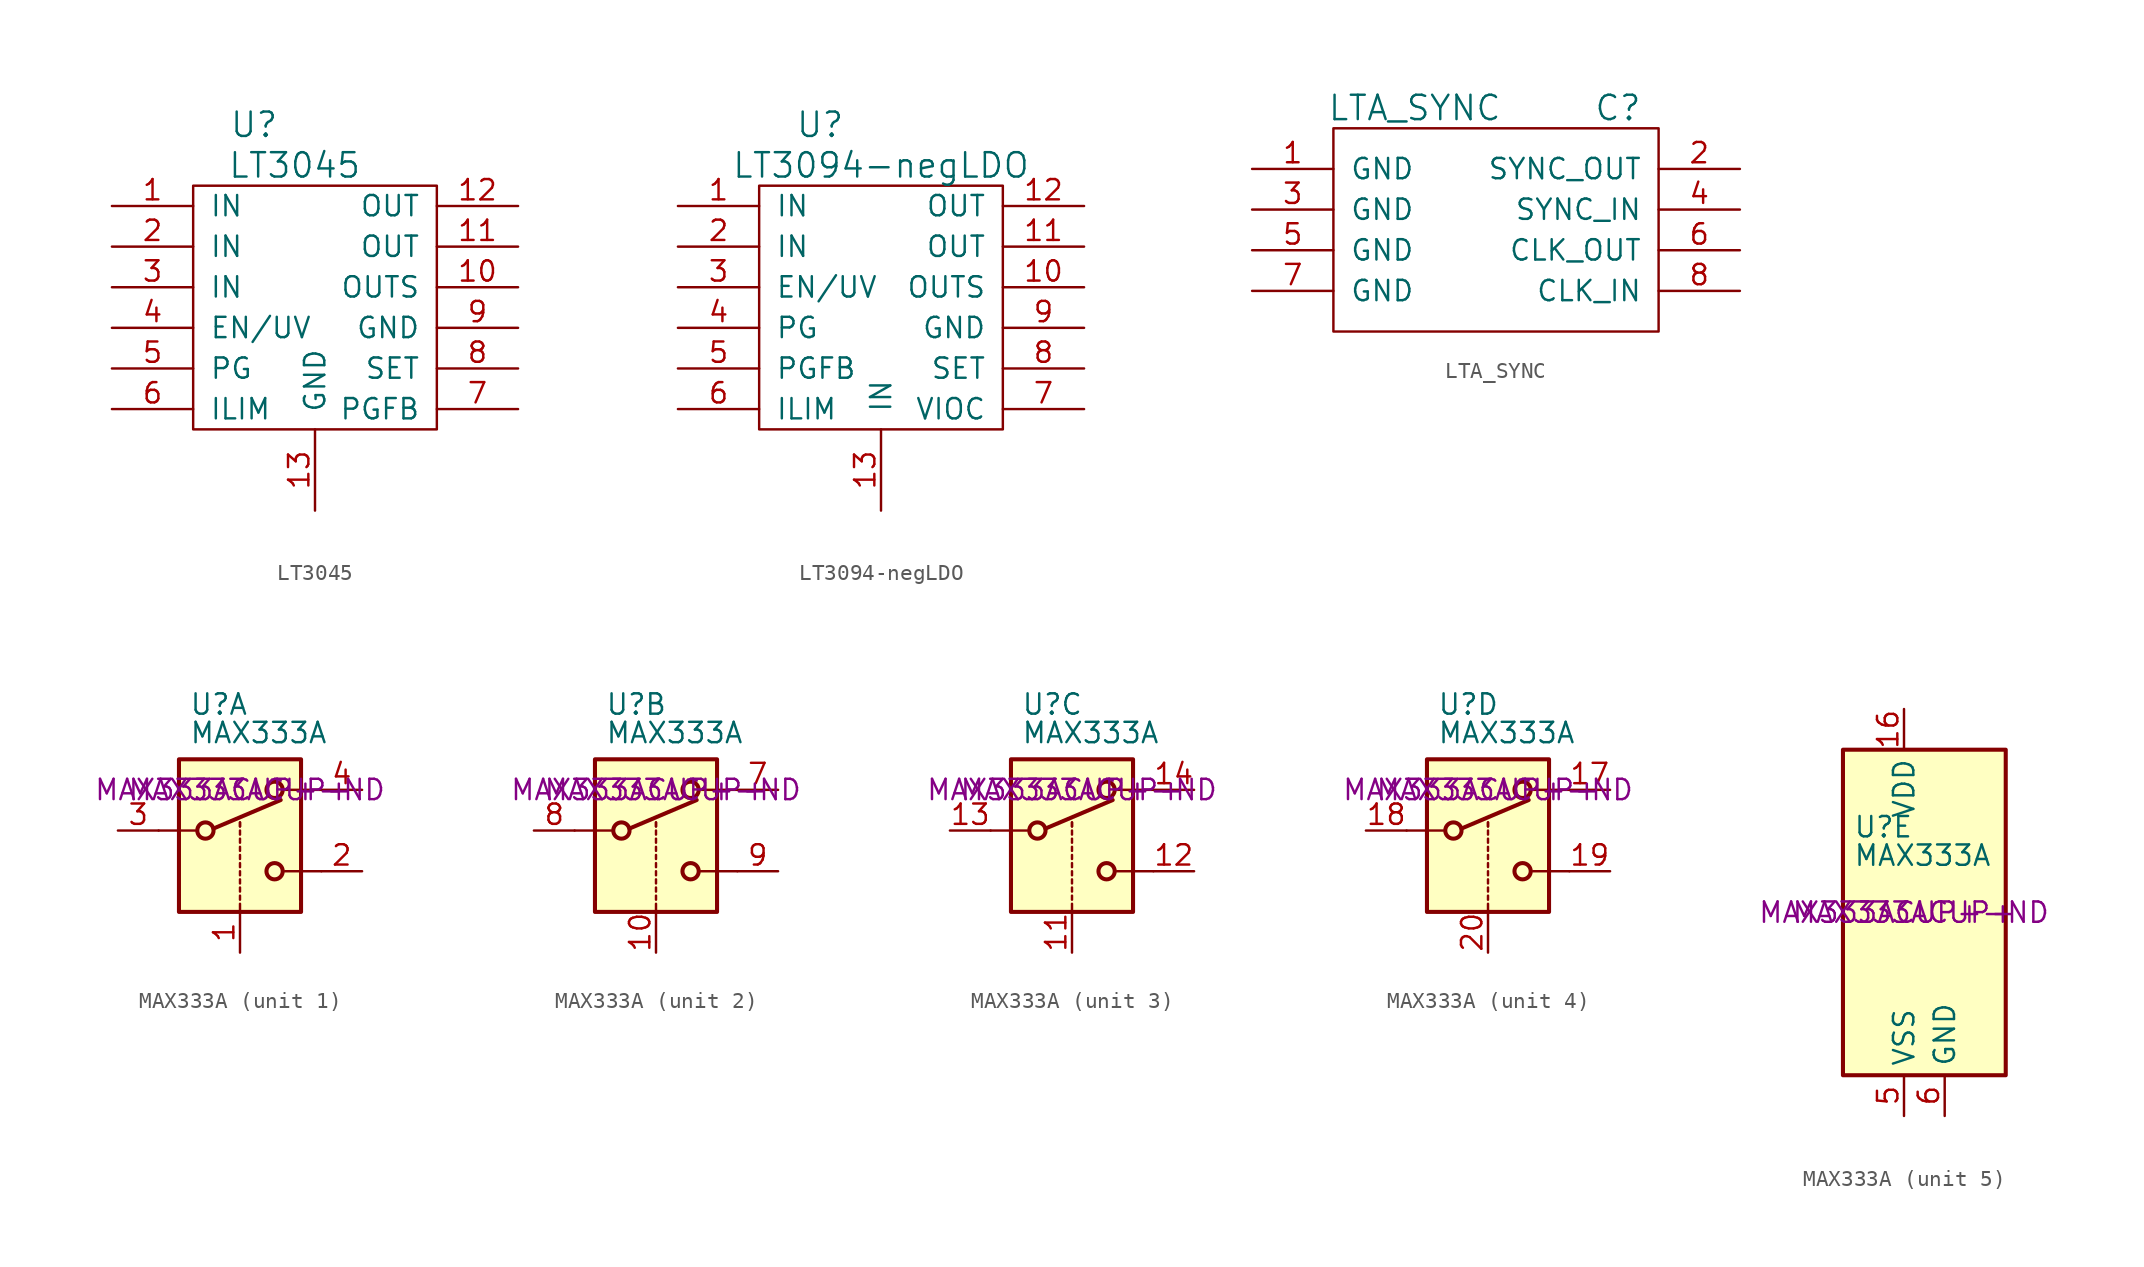
<source format=kicad_sym>
(kicad_symbol_lib
  (version 20211014)
  (generator kicad_symbol_editor)
  (symbol "LT3045"
    (pin_names
      (offset 1.016))
    (property "Reference" "U"
      (at 8.89 5.08 0)
      (effects (font (size 1.524 1.524))))
    (property "Value" "LT3045"
      (at 11.43 2.54 0)
      (effects (font (size 1.524 1.524))))
    (symbol "LT3045_0_1"
      (rectangle (start 5.08 1.27) (end 20.32 -13.97) (stroke (width 0) (type default) (color 0 0 0 0)) (fill (type none))))
    (symbol "LT3045_1_1"
      (pin input line (at 0 0 0) (length 5.08) (name "IN" (effects (font (size 1.27 1.27)))) (number "1" (effects (font (size 1.27 1.27)))))
      (pin bidirectional line (at 25.4 -5.08 180) (length 5.08) (name "OUTS" (effects (font (size 1.27 1.27)))) (number "10" (effects (font (size 1.27 1.27)))))
      (pin output line (at 25.4 -2.54 180) (length 5.08) (name "OUT" (effects (font (size 1.27 1.27)))) (number "11" (effects (font (size 1.27 1.27)))))
      (pin output line (at 25.4 0 180) (length 5.08) (name "OUT" (effects (font (size 1.27 1.27)))) (number "12" (effects (font (size 1.27 1.27)))))
      (pin bidirectional line (at 12.7 -19.05 90) (length 5.08) (name "GND" (effects (font (size 1.27 1.27)))) (number "13" (effects (font (size 1.27 1.27)))))
      (pin input line (at 0 -2.54 0) (length 5.08) (name "IN" (effects (font (size 1.27 1.27)))) (number "2" (effects (font (size 1.27 1.27)))))
      (pin input line (at 0 -5.08 0) (length 5.08) (name "IN" (effects (font (size 1.27 1.27)))) (number "3" (effects (font (size 1.27 1.27)))))
      (pin bidirectional line (at 0 -7.62 0) (length 5.08) (name "EN/UV" (effects (font (size 1.27 1.27)))) (number "4" (effects (font (size 1.27 1.27)))))
      (pin bidirectional line (at 0 -10.16 0) (length 5.08) (name "PG" (effects (font (size 1.27 1.27)))) (number "5" (effects (font (size 1.27 1.27)))))
      (pin bidirectional line (at 0 -12.7 0) (length 5.08) (name "ILIM" (effects (font (size 1.27 1.27)))) (number "6" (effects (font (size 1.27 1.27)))))
      (pin bidirectional line (at 25.4 -12.7 180) (length 5.08) (name "PGFB" (effects (font (size 1.27 1.27)))) (number "7" (effects (font (size 1.27 1.27)))))
      (pin bidirectional line (at 25.4 -10.16 180) (length 5.08) (name "SET" (effects (font (size 1.27 1.27)))) (number "8" (effects (font (size 1.27 1.27)))))
      (pin bidirectional line (at 25.4 -7.62 180) (length 5.08) (name "GND" (effects (font (size 1.27 1.27)))) (number "9" (effects (font (size 1.27 1.27)))))))
  (symbol "LT3094-negLDO"
    (pin_names
      (offset 1.016))
    (property "Reference" "U"
      (at 8.89 5.08 0)
      (effects (font (size 1.524 1.524))))
    (property "Value" "LT3094-negLDO"
      (at 12.7 2.54 0)
      (effects (font (size 1.524 1.524))))
    (symbol "LT3094-negLDO_0_1"
      (rectangle (start 5.08 1.27) (end 20.32 -13.97) (stroke (width 0) (type default) (color 0 0 0 0)) (fill (type none))))
    (symbol "LT3094-negLDO_1_1"
      (pin input line (at 0 0 0) (length 5.08) (name "IN" (effects (font (size 1.27 1.27)))) (number "1" (effects (font (size 1.27 1.27)))))
      (pin bidirectional line (at 25.4 -5.08 180) (length 5.08) (name "OUTS" (effects (font (size 1.27 1.27)))) (number "10" (effects (font (size 1.27 1.27)))))
      (pin output line (at 25.4 -2.54 180) (length 5.08) (name "OUT" (effects (font (size 1.27 1.27)))) (number "11" (effects (font (size 1.27 1.27)))))
      (pin output line (at 25.4 0 180) (length 5.08) (name "OUT" (effects (font (size 1.27 1.27)))) (number "12" (effects (font (size 1.27 1.27)))))
      (pin bidirectional line (at 12.7 -19.05 90) (length 5.08) (name "IN" (effects (font (size 1.27 1.27)))) (number "13" (effects (font (size 1.27 1.27)))))
      (pin input line (at 0 -2.54 0) (length 5.08) (name "IN" (effects (font (size 1.27 1.27)))) (number "2" (effects (font (size 1.27 1.27)))))
      (pin bidirectional line (at 0 -5.08 0) (length 5.08) (name "EN/UV" (effects (font (size 1.27 1.27)))) (number "3" (effects (font (size 1.27 1.27)))))
      (pin bidirectional line (at 0 -7.62 0) (length 5.08) (name "PG" (effects (font (size 1.27 1.27)))) (number "4" (effects (font (size 1.27 1.27)))))
      (pin bidirectional line (at 0 -10.16 0) (length 5.08) (name "PGFB" (effects (font (size 1.27 1.27)))) (number "5" (effects (font (size 1.27 1.27)))))
      (pin bidirectional line (at 0 -12.7 0) (length 5.08) (name "ILIM" (effects (font (size 1.27 1.27)))) (number "6" (effects (font (size 1.27 1.27)))))
      (pin bidirectional line (at 25.4 -12.7 180) (length 5.08) (name "VIOC" (effects (font (size 1.27 1.27)))) (number "7" (effects (font (size 1.27 1.27)))))
      (pin bidirectional line (at 25.4 -10.16 180) (length 5.08) (name "SET" (effects (font (size 1.27 1.27)))) (number "8" (effects (font (size 1.27 1.27)))))
      (pin bidirectional line (at 25.4 -7.62 180) (length 5.08) (name "GND" (effects (font (size 1.27 1.27)))) (number "9" (effects (font (size 1.27 1.27)))))))
  (symbol "LTA_SYNC"
    (pin_names
      (offset 1.016))
    (property "Reference" "C"
      (at 7.62 7.62 0)
      (effects (font (size 1.524 1.524))))
    (property "Value" "LTA_SYNC"
      (at -5.08 7.62 0)
      (effects (font (size 1.524 1.524))))
    (symbol "LTA_SYNC_0_1"
      (rectangle (start -10.16 6.35) (end 10.16 -6.35) (stroke (width 0) (type default) (color 0 0 0 0)) (fill (type none))))
    (symbol "LTA_SYNC_1_1"
      (pin input line (at -15.24 3.81 0) (length 5.08) (name "GND" (effects (font (size 1.27 1.27)))) (number "1" (effects (font (size 1.27 1.27)))))
      (pin input line (at 15.24 3.81 180) (length 5.08) (name "SYNC_OUT" (effects (font (size 1.27 1.27)))) (number "2" (effects (font (size 1.27 1.27)))))
      (pin input line (at -15.24 1.27 0) (length 5.08) (name "GND" (effects (font (size 1.27 1.27)))) (number "3" (effects (font (size 1.27 1.27)))))
      (pin input line (at 15.24 1.27 180) (length 5.08) (name "SYNC_IN" (effects (font (size 1.27 1.27)))) (number "4" (effects (font (size 1.27 1.27)))))
      (pin input line (at -15.24 -1.27 0) (length 5.08) (name "GND" (effects (font (size 1.27 1.27)))) (number "5" (effects (font (size 1.27 1.27)))))
      (pin input line (at 15.24 -1.27 180) (length 5.08) (name "CLK_OUT" (effects (font (size 1.27 1.27)))) (number "6" (effects (font (size 1.27 1.27)))))
      (pin input line (at -15.24 -3.81 0) (length 5.08) (name "GND" (effects (font (size 1.27 1.27)))) (number "7" (effects (font (size 1.27 1.27)))))
      (pin input line (at 15.24 -3.81 180) (length 5.08) (name "CLK_IN" (effects (font (size 1.27 1.27)))) (number "8" (effects (font (size 1.27 1.27)))))))
  (symbol "MAX333A"
    (property "Reference" "U"
      (at -3.175 5.334 0)
      (effects (font (size 1.27 1.27)) (justify left)))
    (property "Value" "MAX333A"
      (at -3.175 3.556 0)
      (effects (font (size 1.27 1.27)) (justify left)))
    (property "Digikey" "MAX333ACUP+-ND"
      (at 0 0 0)
      (effects (font (size 1.27 1.27))))
    (property "Manufacturer" "MAX333ACUP+"
      (at 0 0 0)
      (effects (font (size 1.27 1.27))))
    (property "ki_locked" ""
      (at 0 0 0)
      (effects (font (size 1.27 1.27))))
    (symbol "MAX333A_1_1"
      (rectangle (start -3.81 1.905) (end 3.81 -7.62) (stroke (width 0.254) (type default) (color 0 0 0 0)) (fill (type background)))
      (circle (center -2.159 -2.54) (radius 0.508) (stroke (width 0.254) (type default) (color 0 0 0 0)) (fill (type none)))
      (polyline (pts (xy -5.08 -2.54) (xy -2.794 -2.54)) (stroke (width 0) (type default) (color 0 0 0 0)) (fill (type none)))
      (polyline (pts (xy -1.651 -2.413) (xy 2.54 -0.635)) (stroke (width 0.254) (type default) (color 0 0 0 0)) (fill (type none)))
      (polyline (pts (xy 0 -7.62) (xy 0 -7.112)) (stroke (width 0) (type default) (color 0 0 0 0)) (fill (type none)))
      (polyline (pts (xy 0 -6.858) (xy 0 -6.604)) (stroke (width 0) (type default) (color 0 0 0 0)) (fill (type none)))
      (polyline (pts (xy 0 -6.35) (xy 0 -6.096)) (stroke (width 0) (type default) (color 0 0 0 0)) (fill (type none)))
      (polyline (pts (xy 0 -5.842) (xy 0 -5.588)) (stroke (width 0) (type default) (color 0 0 0 0)) (fill (type none)))
      (polyline (pts (xy 0 -5.334) (xy 0 -5.08)) (stroke (width 0) (type default) (color 0 0 0 0)) (fill (type none)))
      (polyline (pts (xy 0 -4.826) (xy 0 -4.572)) (stroke (width 0) (type default) (color 0 0 0 0)) (fill (type none)))
      (polyline (pts (xy 0 -4.318) (xy 0 -4.064)) (stroke (width 0) (type default) (color 0 0 0 0)) (fill (type none)))
      (polyline (pts (xy 0 -3.81) (xy 0 -3.556)) (stroke (width 0) (type default) (color 0 0 0 0)) (fill (type none)))
      (polyline (pts (xy 0 -3.302) (xy 0 -3.048)) (stroke (width 0) (type default) (color 0 0 0 0)) (fill (type none)))
      (polyline (pts (xy 0 -2.794) (xy 0 -2.54)) (stroke (width 0) (type default) (color 0 0 0 0)) (fill (type none)))
      (polyline (pts (xy 0 -2.286) (xy 0 -2.032)) (stroke (width 0) (type default) (color 0 0 0 0)) (fill (type none)))
      (polyline (pts (xy 0 -2.286) (xy 0 -2.032)) (stroke (width 0) (type default) (color 0 0 0 0)) (fill (type none)))
      (polyline (pts (xy 5.08 -5.08) (xy 2.794 -5.08)) (stroke (width 0) (type default) (color 0 0 0 0)) (fill (type none)))
      (polyline (pts (xy 5.08 0) (xy 2.794 0)) (stroke (width 0) (type default) (color 0 0 0 0)) (fill (type none)))
      (circle (center 2.159 -5.08) (radius 0.508) (stroke (width 0.254) (type default) (color 0 0 0 0)) (fill (type none)))
      (circle (center 2.159 0) (radius 0.508) (stroke (width 0.254) (type default) (color 0 0 0 0)) (fill (type none)))
      (pin input line (at 0 -10.16 90) (length 2.54) (name "~" (effects (font (size 1.27 1.27)))) (number "1" (effects (font (size 1.27 1.27)))))
      (pin passive line (at 7.62 -5.08 180) (length 2.54) (name "~" (effects (font (size 1.27 1.27)))) (number "2" (effects (font (size 1.27 1.27)))))
      (pin passive line (at -7.62 -2.54 0) (length 2.54) (name "~" (effects (font (size 1.27 1.27)))) (number "3" (effects (font (size 1.27 1.27)))))
      (pin passive line (at 7.62 0 180) (length 2.54) (name "~" (effects (font (size 1.27 1.27)))) (number "4" (effects (font (size 1.27 1.27))))))
    (symbol "MAX333A_2_1"
      (rectangle (start -3.81 1.905) (end 3.81 -7.62) (stroke (width 0.254) (type default) (color 0 0 0 0)) (fill (type background)))
      (circle (center -2.159 -2.54) (radius 0.508) (stroke (width 0.254) (type default) (color 0 0 0 0)) (fill (type none)))
      (polyline (pts (xy -5.08 -2.54) (xy -2.794 -2.54)) (stroke (width 0) (type default) (color 0 0 0 0)) (fill (type none)))
      (polyline (pts (xy -1.651 -2.413) (xy 2.54 -0.635)) (stroke (width 0.254) (type default) (color 0 0 0 0)) (fill (type none)))
      (polyline (pts (xy 0 -7.62) (xy 0 -7.112)) (stroke (width 0) (type default) (color 0 0 0 0)) (fill (type none)))
      (polyline (pts (xy 0 -6.858) (xy 0 -6.604)) (stroke (width 0) (type default) (color 0 0 0 0)) (fill (type none)))
      (polyline (pts (xy 0 -6.35) (xy 0 -6.096)) (stroke (width 0) (type default) (color 0 0 0 0)) (fill (type none)))
      (polyline (pts (xy 0 -5.842) (xy 0 -5.588)) (stroke (width 0) (type default) (color 0 0 0 0)) (fill (type none)))
      (polyline (pts (xy 0 -5.334) (xy 0 -5.08)) (stroke (width 0) (type default) (color 0 0 0 0)) (fill (type none)))
      (polyline (pts (xy 0 -4.826) (xy 0 -4.572)) (stroke (width 0) (type default) (color 0 0 0 0)) (fill (type none)))
      (polyline (pts (xy 0 -4.318) (xy 0 -4.064)) (stroke (width 0) (type default) (color 0 0 0 0)) (fill (type none)))
      (polyline (pts (xy 0 -3.81) (xy 0 -3.556)) (stroke (width 0) (type default) (color 0 0 0 0)) (fill (type none)))
      (polyline (pts (xy 0 -3.302) (xy 0 -3.048)) (stroke (width 0) (type default) (color 0 0 0 0)) (fill (type none)))
      (polyline (pts (xy 0 -2.794) (xy 0 -2.54)) (stroke (width 0) (type default) (color 0 0 0 0)) (fill (type none)))
      (polyline (pts (xy 0 -2.286) (xy 0 -2.032)) (stroke (width 0) (type default) (color 0 0 0 0)) (fill (type none)))
      (polyline (pts (xy 0 -2.286) (xy 0 -2.032)) (stroke (width 0) (type default) (color 0 0 0 0)) (fill (type none)))
      (polyline (pts (xy 5.08 -5.08) (xy 2.794 -5.08)) (stroke (width 0) (type default) (color 0 0 0 0)) (fill (type none)))
      (polyline (pts (xy 5.08 0) (xy 2.794 0)) (stroke (width 0) (type default) (color 0 0 0 0)) (fill (type none)))
      (circle (center 2.159 -5.08) (radius 0.508) (stroke (width 0.254) (type default) (color 0 0 0 0)) (fill (type none)))
      (circle (center 2.159 0) (radius 0.508) (stroke (width 0.254) (type default) (color 0 0 0 0)) (fill (type none)))
      (pin input line (at 0 -10.16 90) (length 2.54) (name "~" (effects (font (size 1.27 1.27)))) (number "10" (effects (font (size 1.27 1.27)))))
      (pin passive line (at 7.62 0 180) (length 2.54) (name "~" (effects (font (size 1.27 1.27)))) (number "7" (effects (font (size 1.27 1.27)))))
      (pin passive line (at -7.62 -2.54 0) (length 2.54) (name "~" (effects (font (size 1.27 1.27)))) (number "8" (effects (font (size 1.27 1.27)))))
      (pin passive line (at 7.62 -5.08 180) (length 2.54) (name "~" (effects (font (size 1.27 1.27)))) (number "9" (effects (font (size 1.27 1.27))))))
    (symbol "MAX333A_3_1"
      (rectangle (start -3.81 1.905) (end 3.81 -7.62) (stroke (width 0.254) (type default) (color 0 0 0 0)) (fill (type background)))
      (circle (center -2.159 -2.54) (radius 0.508) (stroke (width 0.254) (type default) (color 0 0 0 0)) (fill (type none)))
      (polyline (pts (xy -5.08 -2.54) (xy -2.794 -2.54)) (stroke (width 0) (type default) (color 0 0 0 0)) (fill (type none)))
      (polyline (pts (xy -1.651 -2.413) (xy 2.54 -0.635)) (stroke (width 0.254) (type default) (color 0 0 0 0)) (fill (type none)))
      (polyline (pts (xy 0 -7.62) (xy 0 -7.112)) (stroke (width 0) (type default) (color 0 0 0 0)) (fill (type none)))
      (polyline (pts (xy 0 -6.858) (xy 0 -6.604)) (stroke (width 0) (type default) (color 0 0 0 0)) (fill (type none)))
      (polyline (pts (xy 0 -6.35) (xy 0 -6.096)) (stroke (width 0) (type default) (color 0 0 0 0)) (fill (type none)))
      (polyline (pts (xy 0 -5.842) (xy 0 -5.588)) (stroke (width 0) (type default) (color 0 0 0 0)) (fill (type none)))
      (polyline (pts (xy 0 -5.334) (xy 0 -5.08)) (stroke (width 0) (type default) (color 0 0 0 0)) (fill (type none)))
      (polyline (pts (xy 0 -4.826) (xy 0 -4.572)) (stroke (width 0) (type default) (color 0 0 0 0)) (fill (type none)))
      (polyline (pts (xy 0 -4.318) (xy 0 -4.064)) (stroke (width 0) (type default) (color 0 0 0 0)) (fill (type none)))
      (polyline (pts (xy 0 -3.81) (xy 0 -3.556)) (stroke (width 0) (type default) (color 0 0 0 0)) (fill (type none)))
      (polyline (pts (xy 0 -3.302) (xy 0 -3.048)) (stroke (width 0) (type default) (color 0 0 0 0)) (fill (type none)))
      (polyline (pts (xy 0 -2.794) (xy 0 -2.54)) (stroke (width 0) (type default) (color 0 0 0 0)) (fill (type none)))
      (polyline (pts (xy 0 -2.286) (xy 0 -2.032)) (stroke (width 0) (type default) (color 0 0 0 0)) (fill (type none)))
      (polyline (pts (xy 0 -2.286) (xy 0 -2.032)) (stroke (width 0) (type default) (color 0 0 0 0)) (fill (type none)))
      (polyline (pts (xy 5.08 -5.08) (xy 2.794 -5.08)) (stroke (width 0) (type default) (color 0 0 0 0)) (fill (type none)))
      (polyline (pts (xy 5.08 0) (xy 2.794 0)) (stroke (width 0) (type default) (color 0 0 0 0)) (fill (type none)))
      (circle (center 2.159 -5.08) (radius 0.508) (stroke (width 0.254) (type default) (color 0 0 0 0)) (fill (type none)))
      (circle (center 2.159 0) (radius 0.508) (stroke (width 0.254) (type default) (color 0 0 0 0)) (fill (type none)))
      (pin input line (at 0 -10.16 90) (length 2.54) (name "~" (effects (font (size 1.27 1.27)))) (number "11" (effects (font (size 1.27 1.27)))))
      (pin passive line (at 7.62 -5.08 180) (length 2.54) (name "~" (effects (font (size 1.27 1.27)))) (number "12" (effects (font (size 1.27 1.27)))))
      (pin passive line (at -7.62 -2.54 0) (length 2.54) (name "~" (effects (font (size 1.27 1.27)))) (number "13" (effects (font (size 1.27 1.27)))))
      (pin passive line (at 7.62 0 180) (length 2.54) (name "~" (effects (font (size 1.27 1.27)))) (number "14" (effects (font (size 1.27 1.27))))))
    (symbol "MAX333A_4_1"
      (rectangle (start -3.81 1.905) (end 3.81 -7.62) (stroke (width 0.254) (type default) (color 0 0 0 0)) (fill (type background)))
      (circle (center -2.159 -2.54) (radius 0.508) (stroke (width 0.254) (type default) (color 0 0 0 0)) (fill (type none)))
      (polyline (pts (xy -5.08 -2.54) (xy -2.794 -2.54)) (stroke (width 0) (type default) (color 0 0 0 0)) (fill (type none)))
      (polyline (pts (xy -1.651 -2.413) (xy 2.54 -0.635)) (stroke (width 0.254) (type default) (color 0 0 0 0)) (fill (type none)))
      (polyline (pts (xy 0 -7.62) (xy 0 -7.112)) (stroke (width 0) (type default) (color 0 0 0 0)) (fill (type none)))
      (polyline (pts (xy 0 -6.858) (xy 0 -6.604)) (stroke (width 0) (type default) (color 0 0 0 0)) (fill (type none)))
      (polyline (pts (xy 0 -6.35) (xy 0 -6.096)) (stroke (width 0) (type default) (color 0 0 0 0)) (fill (type none)))
      (polyline (pts (xy 0 -5.842) (xy 0 -5.588)) (stroke (width 0) (type default) (color 0 0 0 0)) (fill (type none)))
      (polyline (pts (xy 0 -5.334) (xy 0 -5.08)) (stroke (width 0) (type default) (color 0 0 0 0)) (fill (type none)))
      (polyline (pts (xy 0 -4.826) (xy 0 -4.572)) (stroke (width 0) (type default) (color 0 0 0 0)) (fill (type none)))
      (polyline (pts (xy 0 -4.318) (xy 0 -4.064)) (stroke (width 0) (type default) (color 0 0 0 0)) (fill (type none)))
      (polyline (pts (xy 0 -3.81) (xy 0 -3.556)) (stroke (width 0) (type default) (color 0 0 0 0)) (fill (type none)))
      (polyline (pts (xy 0 -3.302) (xy 0 -3.048)) (stroke (width 0) (type default) (color 0 0 0 0)) (fill (type none)))
      (polyline (pts (xy 0 -2.794) (xy 0 -2.54)) (stroke (width 0) (type default) (color 0 0 0 0)) (fill (type none)))
      (polyline (pts (xy 0 -2.286) (xy 0 -2.032)) (stroke (width 0) (type default) (color 0 0 0 0)) (fill (type none)))
      (polyline (pts (xy 0 -2.286) (xy 0 -2.032)) (stroke (width 0) (type default) (color 0 0 0 0)) (fill (type none)))
      (polyline (pts (xy 5.08 -5.08) (xy 2.794 -5.08)) (stroke (width 0) (type default) (color 0 0 0 0)) (fill (type none)))
      (polyline (pts (xy 5.08 0) (xy 2.794 0)) (stroke (width 0) (type default) (color 0 0 0 0)) (fill (type none)))
      (circle (center 2.159 -5.08) (radius 0.508) (stroke (width 0.254) (type default) (color 0 0 0 0)) (fill (type none)))
      (circle (center 2.159 0) (radius 0.508) (stroke (width 0.254) (type default) (color 0 0 0 0)) (fill (type none)))
      (pin passive line (at 7.62 0 180) (length 2.54) (name "~" (effects (font (size 1.27 1.27)))) (number "17" (effects (font (size 1.27 1.27)))))
      (pin passive line (at -7.62 -2.54 0) (length 2.54) (name "~" (effects (font (size 1.27 1.27)))) (number "18" (effects (font (size 1.27 1.27)))))
      (pin passive line (at 7.62 -5.08 180) (length 2.54) (name "~" (effects (font (size 1.27 1.27)))) (number "19" (effects (font (size 1.27 1.27)))))
      (pin input line (at 0 -10.16 90) (length 2.54) (name "~" (effects (font (size 1.27 1.27)))) (number "20" (effects (font (size 1.27 1.27))))))
    (symbol "MAX333A_5_0"
      (pin no_connect line (at 2.54 10.16 270) (length 2.54) hide (name "NC" (effects (font (size 1.27 1.27)))) (number "15" (effects (font (size 1.27 1.27)))))
      (pin power_in line (at 0 12.7 270) (length 2.54) (name "VDD" (effects (font (size 1.27 1.27)))) (number "16" (effects (font (size 1.27 1.27)))))
      (pin power_in line (at 0 -12.7 90) (length 2.54) (name "VSS" (effects (font (size 1.27 1.27)))) (number "5" (effects (font (size 1.27 1.27)))))
      (pin power_in line (at 2.54 -12.7 90) (length 2.54) (name "GND" (effects (font (size 1.27 1.27)))) (number "6" (effects (font (size 1.27 1.27))))))
    (symbol "MAX333A_5_1"
      (rectangle (start -3.81 10.16) (end 6.35 -10.16) (stroke (width 0.254) (type default) (color 0 0 0 0)) (fill (type background))))))
</source>
